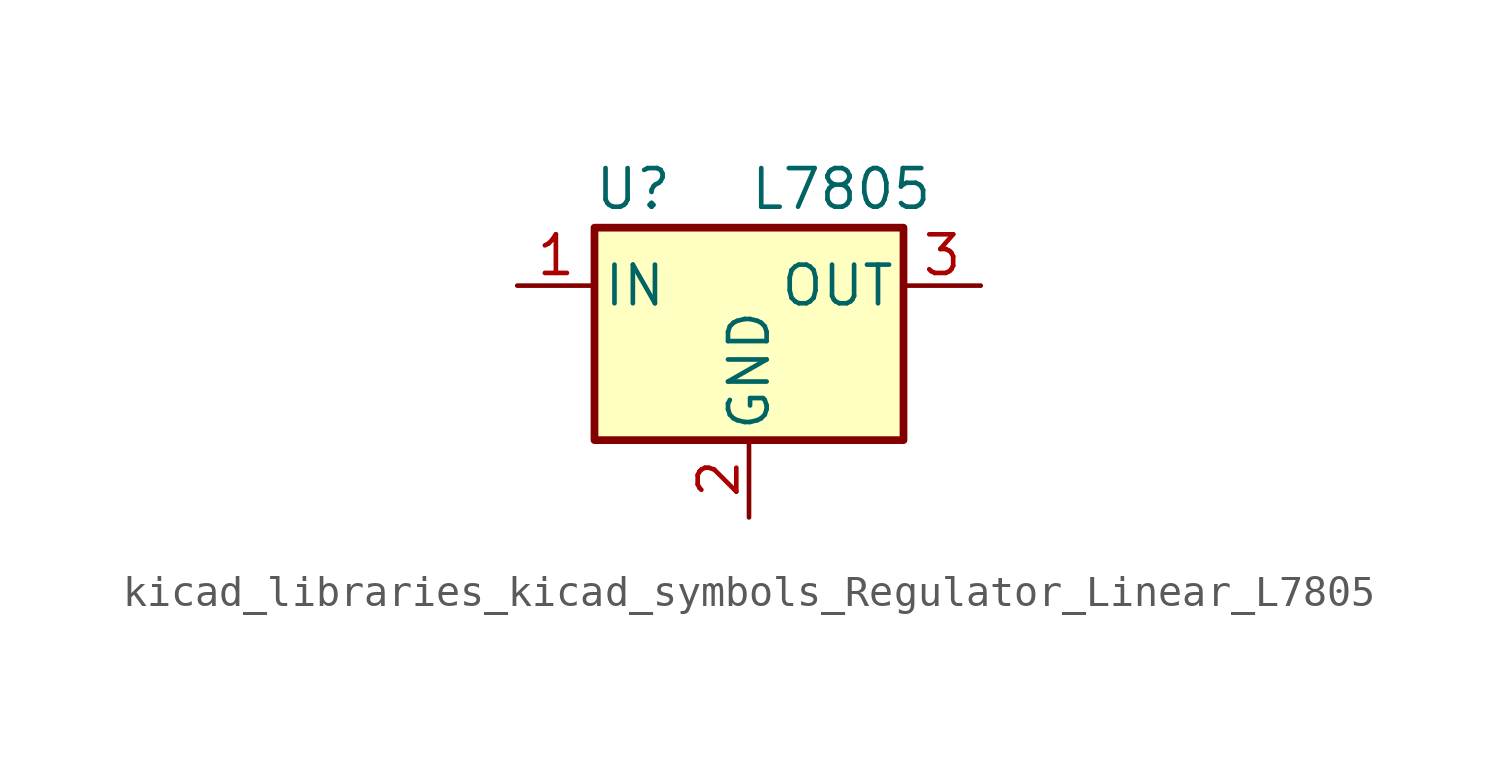
<source format=kicad_sym>
(kicad_symbol_lib
  (version 20220914)
  (generator kicad_symbol_editor)
  (symbol "kicad_libraries_kicad_symbols_Regulator_Linear_L7805"
    (pin_names
      (offset 0.254))
    (property "Reference" "U"
      (at -3.81 3.175 0)
      (effects (font (size 1.27 1.27))))
    (property "Value" "L7805"
      (at 0 3.175 0)
      (effects (font (size 1.27 1.27)) (justify left)))
    (symbol "kicad_libraries_kicad_symbols_Regulator_Linear_L7805_0_1"
      (rectangle (start -5.08 1.905) (end 5.08 -5.08) (stroke (width 0.254) (type default)) (fill (type background))))
    (symbol "kicad_libraries_kicad_symbols_Regulator_Linear_L7805_1_1"
      (pin power_in line (at -7.62 0 0) (length 2.54) (name "IN" (effects (font (size 1.27 1.27)))) (number "1" (effects (font (size 1.27 1.27)))))
      (pin power_in line (at 0 -7.62 90) (length 2.54) (name "GND" (effects (font (size 1.27 1.27)))) (number "2" (effects (font (size 1.27 1.27)))))
      (pin power_out line (at 7.62 0 180) (length 2.54) (name "OUT" (effects (font (size 1.27 1.27)))) (number "3" (effects (font (size 1.27 1.27))))))))
</source>
